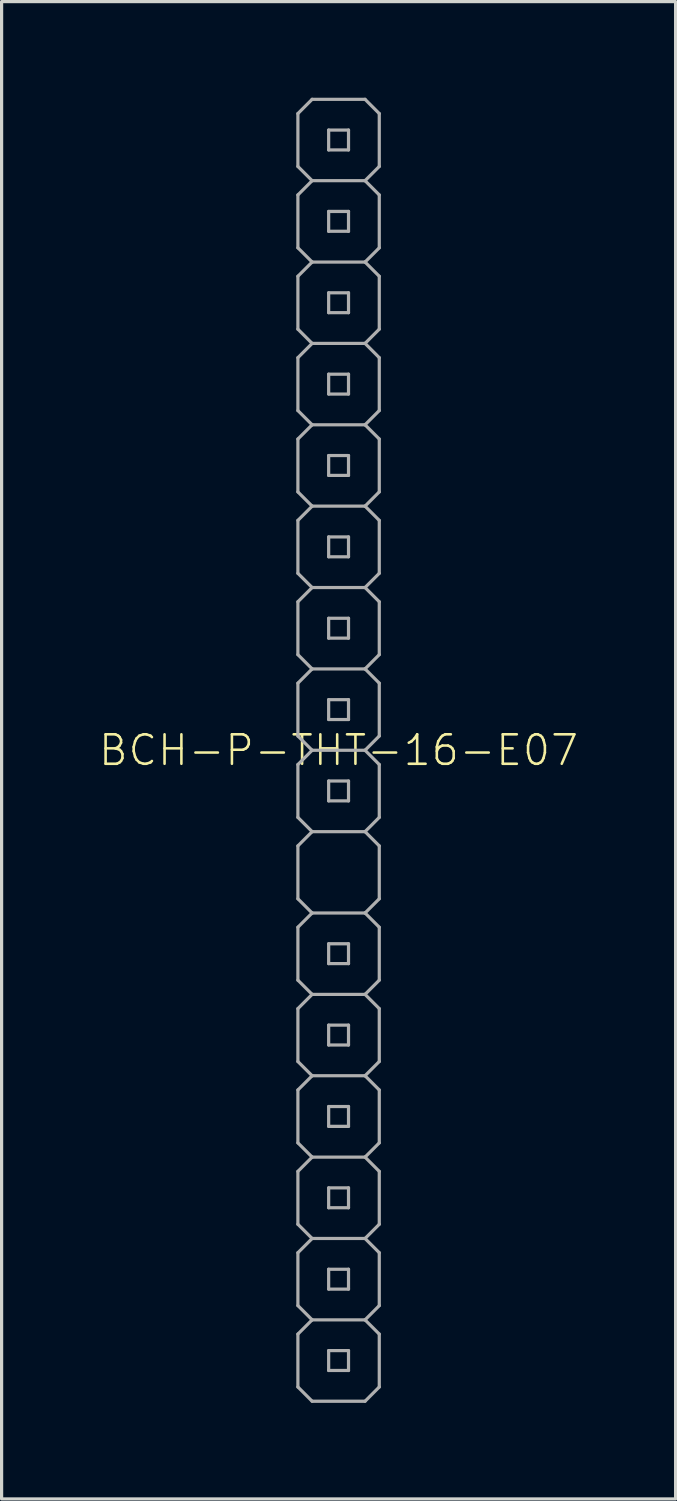
<source format=kicad_pcb>
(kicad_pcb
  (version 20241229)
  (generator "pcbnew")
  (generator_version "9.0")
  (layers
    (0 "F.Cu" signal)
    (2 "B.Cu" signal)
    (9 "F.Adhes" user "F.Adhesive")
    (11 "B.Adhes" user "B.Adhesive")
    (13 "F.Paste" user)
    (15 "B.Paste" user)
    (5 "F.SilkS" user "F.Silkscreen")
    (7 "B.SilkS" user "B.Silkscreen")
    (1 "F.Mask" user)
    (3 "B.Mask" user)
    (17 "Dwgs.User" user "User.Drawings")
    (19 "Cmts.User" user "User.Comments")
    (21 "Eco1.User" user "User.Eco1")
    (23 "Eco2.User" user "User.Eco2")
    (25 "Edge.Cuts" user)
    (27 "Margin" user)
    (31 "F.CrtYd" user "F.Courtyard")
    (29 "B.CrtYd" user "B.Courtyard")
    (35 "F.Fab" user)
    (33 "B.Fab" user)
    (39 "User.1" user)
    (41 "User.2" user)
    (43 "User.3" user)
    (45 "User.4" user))
  (footprint "BCH-P-THT-16-E07"
    (layer "F.Cu")
    (at 7.519 20.37)
    (property "Reference" "BCH-P-THT-16-E07" (at 0 0 0) (unlocked yes) (layer "F.SilkS") (effects (font (size 0.92 0.92) (thickness 0.08))))
    (fp_line (start -1.27 -19.875) (end -1.27 -18.224) (stroke (width 0.1) (type solid)) (layer "F.Fab"))
    (fp_line (start -1.27 -18.224) (end -0.826 -17.78) (stroke (width 0.1) (type solid)) (layer "F.Fab"))
    (fp_line (start -1.27 -17.335) (end -1.27 -15.684) (stroke (width 0.1) (type solid)) (layer "F.Fab"))
    (fp_line (start -1.27 -15.684) (end -0.826 -15.24) (stroke (width 0.1) (type solid)) (layer "F.Fab"))
    (fp_line (start -1.27 -14.796) (end -1.27 -13.145) (stroke (width 0.1) (type solid)) (layer "F.Fab"))
    (fp_line (start -1.27 -13.145) (end -0.826 -12.7) (stroke (width 0.1) (type solid)) (layer "F.Fab"))
    (fp_line (start -1.27 -12.255) (end -1.27 -10.604) (stroke (width 0.1) (type solid)) (layer "F.Fab"))
    (fp_line (start -1.27 -10.604) (end -0.826 -10.16) (stroke (width 0.1) (type solid)) (layer "F.Fab"))
    (fp_line (start -1.27 -9.716) (end -1.27 -8.065) (stroke (width 0.1) (type solid)) (layer "F.Fab"))
    (fp_line (start -1.27 -8.065) (end -0.826 -7.62) (stroke (width 0.1) (type solid)) (layer "F.Fab"))
    (fp_line (start -1.27 -7.176) (end -1.27 -5.524) (stroke (width 0.1) (type solid)) (layer "F.Fab"))
    (fp_line (start -1.27 -5.524) (end -0.826 -5.08) (stroke (width 0.1) (type solid)) (layer "F.Fab"))
    (fp_line (start -1.27 -4.636) (end -1.27 -2.985) (stroke (width 0.1) (type solid)) (layer "F.Fab"))
    (fp_line (start -1.27 -2.985) (end -0.826 -2.54) (stroke (width 0.1) (type solid)) (layer "F.Fab"))
    (fp_line (start -1.27 -2.095) (end -1.27 -0.445) (stroke (width 0.1) (type solid)) (layer "F.Fab"))
    (fp_line (start -1.27 -0.445) (end -0.826 0) (stroke (width 0.1) (type solid)) (layer "F.Fab"))
    (fp_line (start -1.27 0.445) (end -1.27 2.095) (stroke (width 0.1) (type solid)) (layer "F.Fab"))
    (fp_line (start -1.27 2.095) (end -0.826 2.54) (stroke (width 0.1) (type solid)) (layer "F.Fab"))
    (fp_line (start -1.27 2.985) (end -1.27 4.636) (stroke (width 0.1) (type solid)) (layer "F.Fab"))
    (fp_line (start -1.27 4.636) (end -0.826 5.08) (stroke (width 0.1) (type solid)) (layer "F.Fab"))
    (fp_line (start -1.27 5.524) (end -1.27 7.176) (stroke (width 0.1) (type solid)) (layer "F.Fab"))
    (fp_line (start -1.27 7.176) (end -0.826 7.62) (stroke (width 0.1) (type solid)) (layer "F.Fab"))
    (fp_line (start -1.27 8.065) (end -1.27 9.716) (stroke (width 0.1) (type solid)) (layer "F.Fab"))
    (fp_line (start -1.27 9.716) (end -0.826 10.16) (stroke (width 0.1) (type solid)) (layer "F.Fab"))
    (fp_line (start -1.27 10.604) (end -1.27 12.255) (stroke (width 0.1) (type solid)) (layer "F.Fab"))
    (fp_line (start -1.27 12.255) (end -0.826 12.7) (stroke (width 0.1) (type solid)) (layer "F.Fab"))
    (fp_line (start -1.27 13.145) (end -1.27 14.796) (stroke (width 0.1) (type solid)) (layer "F.Fab"))
    (fp_line (start -1.27 14.796) (end -0.826 15.24) (stroke (width 0.1) (type solid)) (layer "F.Fab"))
    (fp_line (start -1.27 15.684) (end -1.27 17.335) (stroke (width 0.1) (type solid)) (layer "F.Fab"))
    (fp_line (start -1.27 17.335) (end -0.826 17.78) (stroke (width 0.1) (type solid)) (layer "F.Fab"))
    (fp_line (start -1.27 18.224) (end -1.27 19.875) (stroke (width 0.1) (type solid)) (layer "F.Fab"))
    (fp_line (start -1.27 19.875) (end -0.826 20.32) (stroke (width 0.1) (type solid)) (layer "F.Fab"))
    (fp_line (start -0.826 -20.32) (end -1.27 -19.875) (stroke (width 0.1) (type solid)) (layer "F.Fab"))
    (fp_line (start -0.826 -20.32) (end 0.826 -20.32) (stroke (width 0.1) (type solid)) (layer "F.Fab"))
    (fp_line (start -0.826 -17.78) (end -1.27 -17.335) (stroke (width 0.1) (type solid)) (layer "F.Fab"))
    (fp_line (start -0.826 -15.24) (end -1.27 -14.796) (stroke (width 0.1) (type solid)) (layer "F.Fab"))
    (fp_line (start -0.826 -12.7) (end -1.27 -12.255) (stroke (width 0.1) (type solid)) (layer "F.Fab"))
    (fp_line (start -0.826 -10.16) (end -1.27 -9.716) (stroke (width 0.1) (type solid)) (layer "F.Fab"))
    (fp_line (start -0.826 -7.62) (end -1.27 -7.176) (stroke (width 0.1) (type solid)) (layer "F.Fab"))
    (fp_line (start -0.826 -5.08) (end -1.27 -4.636) (stroke (width 0.1) (type solid)) (layer "F.Fab"))
    (fp_line (start -0.826 -2.54) (end -1.27 -2.095) (stroke (width 0.1) (type solid)) (layer "F.Fab"))
    (fp_line (start -0.826 0) (end -1.27 0.445) (stroke (width 0.1) (type solid)) (layer "F.Fab"))
    (fp_line (start -0.826 2.54) (end -1.27 2.985) (stroke (width 0.1) (type solid)) (layer "F.Fab"))
    (fp_line (start -0.826 5.08) (end -1.27 5.524) (stroke (width 0.1) (type solid)) (layer "F.Fab"))
    (fp_line (start -0.826 7.62) (end -1.27 8.065) (stroke (width 0.1) (type solid)) (layer "F.Fab"))
    (fp_line (start -0.826 10.16) (end -1.27 10.604) (stroke (width 0.1) (type solid)) (layer "F.Fab"))
    (fp_line (start -0.826 12.7) (end -1.27 13.145) (stroke (width 0.1) (type solid)) (layer "F.Fab"))
    (fp_line (start -0.826 15.24) (end -1.27 15.684) (stroke (width 0.1) (type solid)) (layer "F.Fab"))
    (fp_line (start -0.826 17.78) (end -1.27 18.224) (stroke (width 0.1) (type solid)) (layer "F.Fab"))
    (fp_line (start -0.31 -19.36) (end -0.31 -18.74) (stroke (width 0.1) (type solid)) (layer "F.Fab"))
    (fp_line (start -0.31 -18.74) (end 0.31 -18.74) (stroke (width 0.1) (type solid)) (layer "F.Fab"))
    (fp_line (start -0.31 -16.82) (end -0.31 -16.2) (stroke (width 0.1) (type solid)) (layer "F.Fab"))
    (fp_line (start -0.31 -16.2) (end 0.31 -16.2) (stroke (width 0.1) (type solid)) (layer "F.Fab"))
    (fp_line (start -0.31 -14.28) (end -0.31 -13.66) (stroke (width 0.1) (type solid)) (layer "F.Fab"))
    (fp_line (start -0.31 -13.66) (end 0.31 -13.66) (stroke (width 0.1) (type solid)) (layer "F.Fab"))
    (fp_line (start -0.31 -11.74) (end -0.31 -11.12) (stroke (width 0.1) (type solid)) (layer "F.Fab"))
    (fp_line (start -0.31 -11.12) (end 0.31 -11.12) (stroke (width 0.1) (type solid)) (layer "F.Fab"))
    (fp_line (start -0.31 -9.2) (end -0.31 -8.58) (stroke (width 0.1) (type solid)) (layer "F.Fab"))
    (fp_line (start -0.31 -8.58) (end 0.31 -8.58) (stroke (width 0.1) (type solid)) (layer "F.Fab"))
    (fp_line (start -0.31 -6.66) (end -0.31 -6.04) (stroke (width 0.1) (type solid)) (layer "F.Fab"))
    (fp_line (start -0.31 -6.04) (end 0.31 -6.04) (stroke (width 0.1) (type solid)) (layer "F.Fab"))
    (fp_line (start -0.31 -4.12) (end -0.31 -3.5) (stroke (width 0.1) (type solid)) (layer "F.Fab"))
    (fp_line (start -0.31 -3.5) (end 0.31 -3.5) (stroke (width 0.1) (type solid)) (layer "F.Fab"))
    (fp_line (start -0.31 -1.58) (end -0.31 -0.96) (stroke (width 0.1) (type solid)) (layer "F.Fab"))
    (fp_line (start -0.31 -0.96) (end 0.31 -0.96) (stroke (width 0.1) (type solid)) (layer "F.Fab"))
    (fp_line (start -0.31 0.96) (end -0.31 1.58) (stroke (width 0.1) (type solid)) (layer "F.Fab"))
    (fp_line (start -0.31 1.58) (end 0.31 1.58) (stroke (width 0.1) (type solid)) (layer "F.Fab"))
    (fp_line (start -0.31 6.04) (end -0.31 6.66) (stroke (width 0.1) (type solid)) (layer "F.Fab"))
    (fp_line (start -0.31 6.66) (end 0.31 6.66) (stroke (width 0.1) (type solid)) (layer "F.Fab"))
    (fp_line (start -0.31 8.58) (end -0.31 9.2) (stroke (width 0.1) (type solid)) (layer "F.Fab"))
    (fp_line (start -0.31 9.2) (end 0.31 9.2) (stroke (width 0.1) (type solid)) (layer "F.Fab"))
    (fp_line (start -0.31 11.12) (end -0.31 11.74) (stroke (width 0.1) (type solid)) (layer "F.Fab"))
    (fp_line (start -0.31 11.74) (end 0.31 11.74) (stroke (width 0.1) (type solid)) (layer "F.Fab"))
    (fp_line (start -0.31 13.66) (end -0.31 14.28) (stroke (width 0.1) (type solid)) (layer "F.Fab"))
    (fp_line (start -0.31 14.28) (end 0.31 14.28) (stroke (width 0.1) (type solid)) (layer "F.Fab"))
    (fp_line (start -0.31 16.2) (end -0.31 16.82) (stroke (width 0.1) (type solid)) (layer "F.Fab"))
    (fp_line (start -0.31 16.82) (end 0.31 16.82) (stroke (width 0.1) (type solid)) (layer "F.Fab"))
    (fp_line (start -0.31 18.74) (end -0.31 19.36) (stroke (width 0.1) (type solid)) (layer "F.Fab"))
    (fp_line (start -0.31 19.36) (end 0.31 19.36) (stroke (width 0.1) (type solid)) (layer "F.Fab"))
    (fp_line (start 0.31 -19.36) (end -0.31 -19.36) (stroke (width 0.1) (type solid)) (layer "F.Fab"))
    (fp_line (start 0.31 -18.74) (end 0.31 -19.36) (stroke (width 0.1) (type solid)) (layer "F.Fab"))
    (fp_line (start 0.31 -16.82) (end -0.31 -16.82) (stroke (width 0.1) (type solid)) (layer "F.Fab"))
    (fp_line (start 0.31 -16.2) (end 0.31 -16.82) (stroke (width 0.1) (type solid)) (layer "F.Fab"))
    (fp_line (start 0.31 -14.28) (end -0.31 -14.28) (stroke (width 0.1) (type solid)) (layer "F.Fab"))
    (fp_line (start 0.31 -13.66) (end 0.31 -14.28) (stroke (width 0.1) (type solid)) (layer "F.Fab"))
    (fp_line (start 0.31 -11.74) (end -0.31 -11.74) (stroke (width 0.1) (type solid)) (layer "F.Fab"))
    (fp_line (start 0.31 -11.12) (end 0.31 -11.74) (stroke (width 0.1) (type solid)) (layer "F.Fab"))
    (fp_line (start 0.31 -9.2) (end -0.31 -9.2) (stroke (width 0.1) (type solid)) (layer "F.Fab"))
    (fp_line (start 0.31 -8.58) (end 0.31 -9.2) (stroke (width 0.1) (type solid)) (layer "F.Fab"))
    (fp_line (start 0.31 -6.66) (end -0.31 -6.66) (stroke (width 0.1) (type solid)) (layer "F.Fab"))
    (fp_line (start 0.31 -6.04) (end 0.31 -6.66) (stroke (width 0.1) (type solid)) (layer "F.Fab"))
    (fp_line (start 0.31 -4.12) (end -0.31 -4.12) (stroke (width 0.1) (type solid)) (layer "F.Fab"))
    (fp_line (start 0.31 -3.5) (end 0.31 -4.12) (stroke (width 0.1) (type solid)) (layer "F.Fab"))
    (fp_line (start 0.31 -1.58) (end -0.31 -1.58) (stroke (width 0.1) (type solid)) (layer "F.Fab"))
    (fp_line (start 0.31 -0.96) (end 0.31 -1.58) (stroke (width 0.1) (type solid)) (layer "F.Fab"))
    (fp_line (start 0.31 0.96) (end -0.31 0.96) (stroke (width 0.1) (type solid)) (layer "F.Fab"))
    (fp_line (start 0.31 1.58) (end 0.31 0.96) (stroke (width 0.1) (type solid)) (layer "F.Fab"))
    (fp_line (start 0.31 6.04) (end -0.31 6.04) (stroke (width 0.1) (type solid)) (layer "F.Fab"))
    (fp_line (start 0.31 6.66) (end 0.31 6.04) (stroke (width 0.1) (type solid)) (layer "F.Fab"))
    (fp_line (start 0.31 8.58) (end -0.31 8.58) (stroke (width 0.1) (type solid)) (layer "F.Fab"))
    (fp_line (start 0.31 9.2) (end 0.31 8.58) (stroke (width 0.1) (type solid)) (layer "F.Fab"))
    (fp_line (start 0.31 11.12) (end -0.31 11.12) (stroke (width 0.1) (type solid)) (layer "F.Fab"))
    (fp_line (start 0.31 11.74) (end 0.31 11.12) (stroke (width 0.1) (type solid)) (layer "F.Fab"))
    (fp_line (start 0.31 13.66) (end -0.31 13.66) (stroke (width 0.1) (type solid)) (layer "F.Fab"))
    (fp_line (start 0.31 14.28) (end 0.31 13.66) (stroke (width 0.1) (type solid)) (layer "F.Fab"))
    (fp_line (start 0.31 16.2) (end -0.31 16.2) (stroke (width 0.1) (type solid)) (layer "F.Fab"))
    (fp_line (start 0.31 16.82) (end 0.31 16.2) (stroke (width 0.1) (type solid)) (layer "F.Fab"))
    (fp_line (start 0.31 18.74) (end -0.31 18.74) (stroke (width 0.1) (type solid)) (layer "F.Fab"))
    (fp_line (start 0.31 19.36) (end 0.31 18.74) (stroke (width 0.1) (type solid)) (layer "F.Fab"))
    (fp_line (start 0.826 -17.78) (end -0.826 -17.78) (stroke (width 0.1) (type solid)) (layer "F.Fab"))
    (fp_line (start 0.826 -17.78) (end 1.27 -18.224) (stroke (width 0.1) (type solid)) (layer "F.Fab"))
    (fp_line (start 0.826 -15.24) (end -0.826 -15.24) (stroke (width 0.1) (type solid)) (layer "F.Fab"))
    (fp_line (start 0.826 -15.24) (end 1.27 -15.684) (stroke (width 0.1) (type solid)) (layer "F.Fab"))
    (fp_line (start 0.826 -12.7) (end -0.826 -12.7) (stroke (width 0.1) (type solid)) (layer "F.Fab"))
    (fp_line (start 0.826 -12.7) (end 1.27 -13.145) (stroke (width 0.1) (type solid)) (layer "F.Fab"))
    (fp_line (start 0.826 -10.16) (end -0.826 -10.16) (stroke (width 0.1) (type solid)) (layer "F.Fab"))
    (fp_line (start 0.826 -10.16) (end 1.27 -10.604) (stroke (width 0.1) (type solid)) (layer "F.Fab"))
    (fp_line (start 0.826 -7.62) (end -0.826 -7.62) (stroke (width 0.1) (type solid)) (layer "F.Fab"))
    (fp_line (start 0.826 -7.62) (end 1.27 -8.065) (stroke (width 0.1) (type solid)) (layer "F.Fab"))
    (fp_line (start 0.826 -5.08) (end -0.826 -5.08) (stroke (width 0.1) (type solid)) (layer "F.Fab"))
    (fp_line (start 0.826 -5.08) (end 1.27 -5.524) (stroke (width 0.1) (type solid)) (layer "F.Fab"))
    (fp_line (start 0.826 -2.54) (end -0.826 -2.54) (stroke (width 0.1) (type solid)) (layer "F.Fab"))
    (fp_line (start 0.826 -2.54) (end 1.27 -2.985) (stroke (width 0.1) (type solid)) (layer "F.Fab"))
    (fp_line (start 0.826 0) (end -0.826 0) (stroke (width 0.1) (type solid)) (layer "F.Fab"))
    (fp_line (start 0.826 0) (end 1.27 -0.445) (stroke (width 0.1) (type solid)) (layer "F.Fab"))
    (fp_line (start 0.826 2.54) (end -0.826 2.54) (stroke (width 0.1) (type solid)) (layer "F.Fab"))
    (fp_line (start 0.826 2.54) (end 1.27 2.095) (stroke (width 0.1) (type solid)) (layer "F.Fab"))
    (fp_line (start 0.826 5.08) (end -0.826 5.08) (stroke (width 0.1) (type solid)) (layer "F.Fab"))
    (fp_line (start 0.826 5.08) (end 1.27 4.636) (stroke (width 0.1) (type solid)) (layer "F.Fab"))
    (fp_line (start 0.826 7.62) (end -0.826 7.62) (stroke (width 0.1) (type solid)) (layer "F.Fab"))
    (fp_line (start 0.826 7.62) (end 1.27 7.176) (stroke (width 0.1) (type solid)) (layer "F.Fab"))
    (fp_line (start 0.826 10.16) (end -0.826 10.16) (stroke (width 0.1) (type solid)) (layer "F.Fab"))
    (fp_line (start 0.826 10.16) (end 1.27 9.716) (stroke (width 0.1) (type solid)) (layer "F.Fab"))
    (fp_line (start 0.826 12.7) (end -0.826 12.7) (stroke (width 0.1) (type solid)) (layer "F.Fab"))
    (fp_line (start 0.826 12.7) (end 1.27 12.255) (stroke (width 0.1) (type solid)) (layer "F.Fab"))
    (fp_line (start 0.826 15.24) (end -0.826 15.24) (stroke (width 0.1) (type solid)) (layer "F.Fab"))
    (fp_line (start 0.826 15.24) (end 1.27 14.796) (stroke (width 0.1) (type solid)) (layer "F.Fab"))
    (fp_line (start 0.826 17.78) (end -0.826 17.78) (stroke (width 0.1) (type solid)) (layer "F.Fab"))
    (fp_line (start 0.826 17.78) (end 1.27 17.335) (stroke (width 0.1) (type solid)) (layer "F.Fab"))
    (fp_line (start 0.826 20.32) (end -0.826 20.32) (stroke (width 0.1) (type solid)) (layer "F.Fab"))
    (fp_line (start 0.826 20.32) (end 1.27 19.875) (stroke (width 0.1) (type solid)) (layer "F.Fab"))
    (fp_line (start 1.27 -19.875) (end 0.826 -20.32) (stroke (width 0.1) (type solid)) (layer "F.Fab"))
    (fp_line (start 1.27 -18.224) (end 1.27 -19.875) (stroke (width 0.1) (type solid)) (layer "F.Fab"))
    (fp_line (start 1.27 -17.335) (end 0.826 -17.78) (stroke (width 0.1) (type solid)) (layer "F.Fab"))
    (fp_line (start 1.27 -15.684) (end 1.27 -17.335) (stroke (width 0.1) (type solid)) (layer "F.Fab"))
    (fp_line (start 1.27 -14.796) (end 0.826 -15.24) (stroke (width 0.1) (type solid)) (layer "F.Fab"))
    (fp_line (start 1.27 -13.145) (end 1.27 -14.796) (stroke (width 0.1) (type solid)) (layer "F.Fab"))
    (fp_line (start 1.27 -12.255) (end 0.826 -12.7) (stroke (width 0.1) (type solid)) (layer "F.Fab"))
    (fp_line (start 1.27 -10.604) (end 1.27 -12.255) (stroke (width 0.1) (type solid)) (layer "F.Fab"))
    (fp_line (start 1.27 -9.716) (end 0.826 -10.16) (stroke (width 0.1) (type solid)) (layer "F.Fab"))
    (fp_line (start 1.27 -8.065) (end 1.27 -9.716) (stroke (width 0.1) (type solid)) (layer "F.Fab"))
    (fp_line (start 1.27 -7.176) (end 0.826 -7.62) (stroke (width 0.1) (type solid)) (layer "F.Fab"))
    (fp_line (start 1.27 -5.524) (end 1.27 -7.176) (stroke (width 0.1) (type solid)) (layer "F.Fab"))
    (fp_line (start 1.27 -4.636) (end 0.826 -5.08) (stroke (width 0.1) (type solid)) (layer "F.Fab"))
    (fp_line (start 1.27 -2.985) (end 1.27 -4.636) (stroke (width 0.1) (type solid)) (layer "F.Fab"))
    (fp_line (start 1.27 -2.095) (end 0.826 -2.54) (stroke (width 0.1) (type solid)) (layer "F.Fab"))
    (fp_line (start 1.27 -0.445) (end 1.27 -2.095) (stroke (width 0.1) (type solid)) (layer "F.Fab"))
    (fp_line (start 1.27 0.445) (end 0.826 0) (stroke (width 0.1) (type solid)) (layer "F.Fab"))
    (fp_line (start 1.27 2.095) (end 1.27 0.445) (stroke (width 0.1) (type solid)) (layer "F.Fab"))
    (fp_line (start 1.27 2.985) (end 0.826 2.54) (stroke (width 0.1) (type solid)) (layer "F.Fab"))
    (fp_line (start 1.27 4.636) (end 1.27 2.985) (stroke (width 0.1) (type solid)) (layer "F.Fab"))
    (fp_line (start 1.27 5.524) (end 0.826 5.08) (stroke (width 0.1) (type solid)) (layer "F.Fab"))
    (fp_line (start 1.27 7.176) (end 1.27 5.524) (stroke (width 0.1) (type solid)) (layer "F.Fab"))
    (fp_line (start 1.27 8.065) (end 0.826 7.62) (stroke (width 0.1) (type solid)) (layer "F.Fab"))
    (fp_line (start 1.27 9.716) (end 1.27 8.065) (stroke (width 0.1) (type solid)) (layer "F.Fab"))
    (fp_line (start 1.27 10.604) (end 0.826 10.16) (stroke (width 0.1) (type solid)) (layer "F.Fab"))
    (fp_line (start 1.27 12.255) (end 1.27 10.604) (stroke (width 0.1) (type solid)) (layer "F.Fab"))
    (fp_line (start 1.27 13.145) (end 0.826 12.7) (stroke (width 0.1) (type solid)) (layer "F.Fab"))
    (fp_line (start 1.27 14.796) (end 1.27 13.145) (stroke (width 0.1) (type solid)) (layer "F.Fab"))
    (fp_line (start 1.27 15.684) (end 0.826 15.24) (stroke (width 0.1) (type solid)) (layer "F.Fab"))
    (fp_line (start 1.27 17.335) (end 1.27 15.684) (stroke (width 0.1) (type solid)) (layer "F.Fab"))
    (fp_line (start 1.27 18.224) (end 0.826 17.78) (stroke (width 0.1) (type solid)) (layer "F.Fab"))
    (fp_line (start 1.27 19.875) (end 1.27 18.224) (stroke (width 0.1) (type solid)) (layer "F.Fab")))
  (gr_rect
    (start -3 -3)
    (end 18.039 43.74)
    (stroke (width 0.1) (type default))
    (fill no)
    (layer "Edge.Cuts")))
</source>
